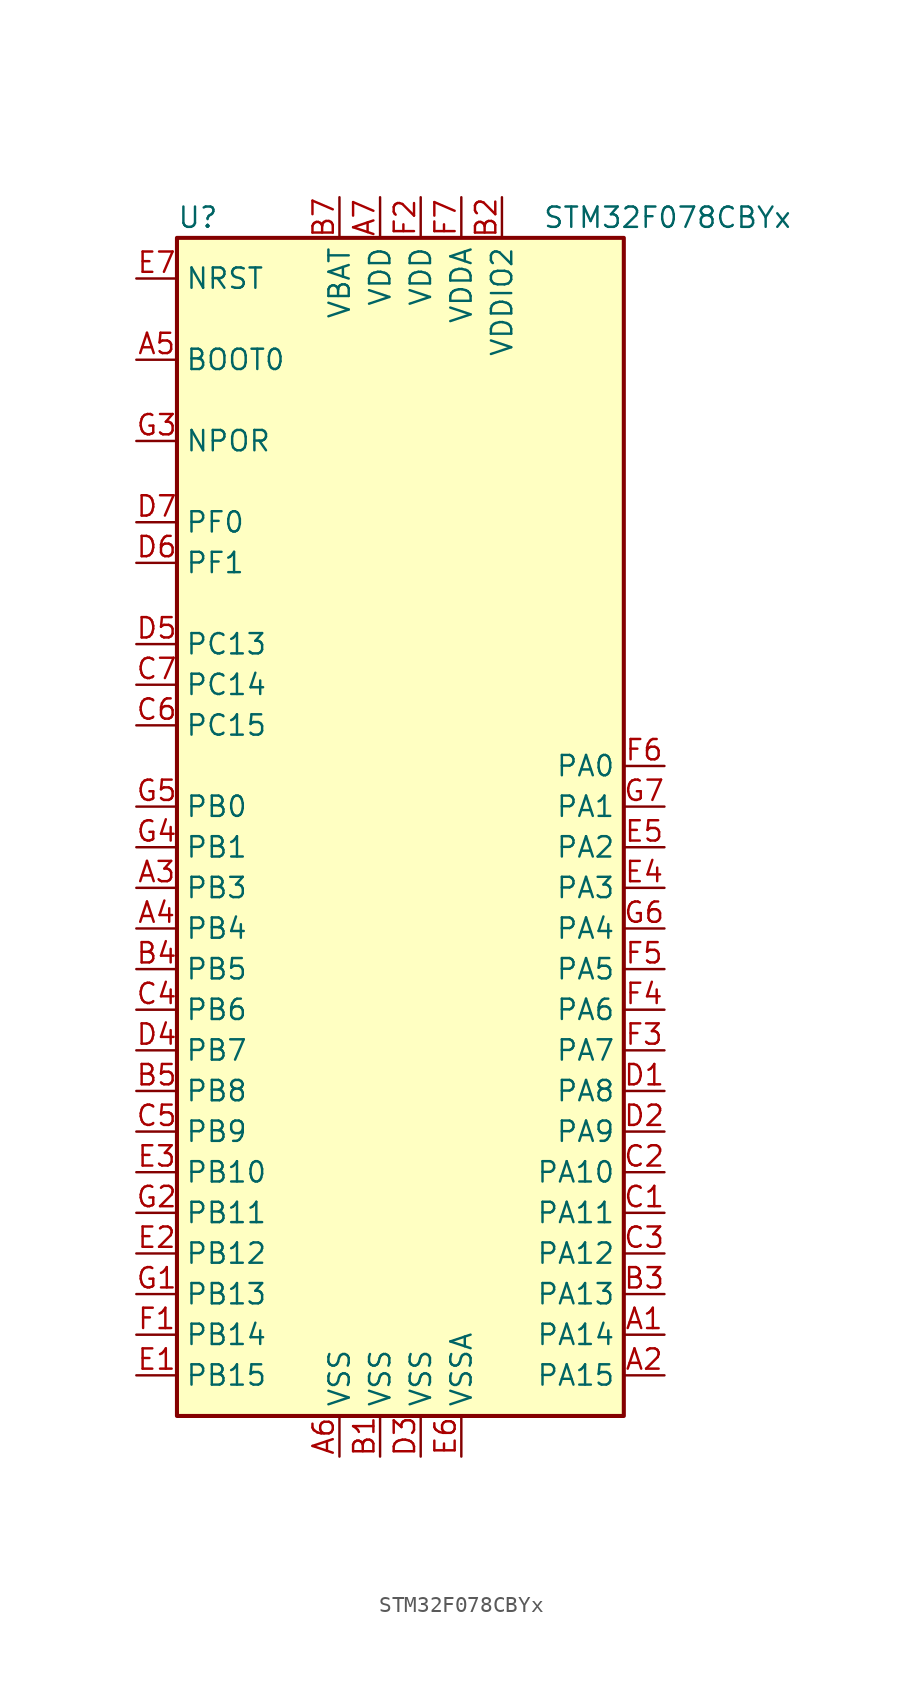
<source format=kicad_sym>
(kicad_symbol_lib
  (version 20201005)
  (generator kicad_symbol_editor)
  (symbol "STM32F078CBYx"
    (property "Reference" "U"
      (at -15.24 36.83 0)
      (effects (font (size 1.27 1.27)) (justify left)))
    (property "Value" "STM32F078CBYx"
      (at 7.62 36.83 0)
      (effects (font (size 1.27 1.27)) (justify left)))
    (symbol "STM32F078CBYx_0_1"
      (rectangle (start -15.24 -38.1) (end 12.7 35.56) (stroke (width 0.254)) (fill (type background))))
    (symbol "STM32F078CBYx_1_1"
      (pin input line (at -17.78 27.94 0) (length 2.54) (name "BOOT0" (effects (font (size 1.27 1.27)))) (number "A5" (effects (font (size 1.27 1.27)))))
      (pin no_connect line (at -15.24 -35.56 0) (length 2.54) hide (name "NC" (effects (font (size 1.27 1.27)))) (number "B6" (effects (font (size 1.27 1.27)))))
      (pin power_in line (at -17.78 22.86 0) (length 2.54) (name "NPOR" (effects (font (size 1.27 1.27)))) (number "G3" (effects (font (size 1.27 1.27)))))
      (pin input line (at -17.78 33.02 0) (length 2.54) (name "NRST" (effects (font (size 1.27 1.27)))) (number "E7" (effects (font (size 1.27 1.27)))))
      (pin bidirectional line (at 15.24 2.54 180) (length 2.54) (name "PA0" (effects (font (size 1.27 1.27)))) (number "F6" (effects (font (size 1.27 1.27)))))
      (pin bidirectional line (at 15.24 0 180) (length 2.54) (name "PA1" (effects (font (size 1.27 1.27)))) (number "G7" (effects (font (size 1.27 1.27)))))
      (pin bidirectional line (at 15.24 -22.86 180) (length 2.54) (name "PA10" (effects (font (size 1.27 1.27)))) (number "C2" (effects (font (size 1.27 1.27)))))
      (pin bidirectional line (at 15.24 -25.4 180) (length 2.54) (name "PA11" (effects (font (size 1.27 1.27)))) (number "C1" (effects (font (size 1.27 1.27)))))
      (pin bidirectional line (at 15.24 -27.94 180) (length 2.54) (name "PA12" (effects (font (size 1.27 1.27)))) (number "C3" (effects (font (size 1.27 1.27)))))
      (pin bidirectional line (at 15.24 -30.48 180) (length 2.54) (name "PA13" (effects (font (size 1.27 1.27)))) (number "B3" (effects (font (size 1.27 1.27)))))
      (pin bidirectional line (at 15.24 -33.02 180) (length 2.54) (name "PA14" (effects (font (size 1.27 1.27)))) (number "A1" (effects (font (size 1.27 1.27)))))
      (pin bidirectional line (at 15.24 -35.56 180) (length 2.54) (name "PA15" (effects (font (size 1.27 1.27)))) (number "A2" (effects (font (size 1.27 1.27)))))
      (pin bidirectional line (at 15.24 -2.54 180) (length 2.54) (name "PA2" (effects (font (size 1.27 1.27)))) (number "E5" (effects (font (size 1.27 1.27)))))
      (pin bidirectional line (at 15.24 -5.08 180) (length 2.54) (name "PA3" (effects (font (size 1.27 1.27)))) (number "E4" (effects (font (size 1.27 1.27)))))
      (pin bidirectional line (at 15.24 -7.62 180) (length 2.54) (name "PA4" (effects (font (size 1.27 1.27)))) (number "G6" (effects (font (size 1.27 1.27)))))
      (pin bidirectional line (at 15.24 -10.16 180) (length 2.54) (name "PA5" (effects (font (size 1.27 1.27)))) (number "F5" (effects (font (size 1.27 1.27)))))
      (pin bidirectional line (at 15.24 -12.7 180) (length 2.54) (name "PA6" (effects (font (size 1.27 1.27)))) (number "F4" (effects (font (size 1.27 1.27)))))
      (pin bidirectional line (at 15.24 -15.24 180) (length 2.54) (name "PA7" (effects (font (size 1.27 1.27)))) (number "F3" (effects (font (size 1.27 1.27)))))
      (pin bidirectional line (at 15.24 -17.78 180) (length 2.54) (name "PA8" (effects (font (size 1.27 1.27)))) (number "D1" (effects (font (size 1.27 1.27)))))
      (pin bidirectional line (at 15.24 -20.32 180) (length 2.54) (name "PA9" (effects (font (size 1.27 1.27)))) (number "D2" (effects (font (size 1.27 1.27)))))
      (pin bidirectional line (at -17.78 0 0) (length 2.54) (name "PB0" (effects (font (size 1.27 1.27)))) (number "G5" (effects (font (size 1.27 1.27)))))
      (pin bidirectional line (at -17.78 -2.54 0) (length 2.54) (name "PB1" (effects (font (size 1.27 1.27)))) (number "G4" (effects (font (size 1.27 1.27)))))
      (pin bidirectional line (at -17.78 -22.86 0) (length 2.54) (name "PB10" (effects (font (size 1.27 1.27)))) (number "E3" (effects (font (size 1.27 1.27)))))
      (pin bidirectional line (at -17.78 -25.4 0) (length 2.54) (name "PB11" (effects (font (size 1.27 1.27)))) (number "G2" (effects (font (size 1.27 1.27)))))
      (pin bidirectional line (at -17.78 -27.94 0) (length 2.54) (name "PB12" (effects (font (size 1.27 1.27)))) (number "E2" (effects (font (size 1.27 1.27)))))
      (pin bidirectional line (at -17.78 -30.48 0) (length 2.54) (name "PB13" (effects (font (size 1.27 1.27)))) (number "G1" (effects (font (size 1.27 1.27)))))
      (pin bidirectional line (at -17.78 -33.02 0) (length 2.54) (name "PB14" (effects (font (size 1.27 1.27)))) (number "F1" (effects (font (size 1.27 1.27)))))
      (pin bidirectional line (at -17.78 -35.56 0) (length 2.54) (name "PB15" (effects (font (size 1.27 1.27)))) (number "E1" (effects (font (size 1.27 1.27)))))
      (pin bidirectional line (at -17.78 -5.08 0) (length 2.54) (name "PB3" (effects (font (size 1.27 1.27)))) (number "A3" (effects (font (size 1.27 1.27)))))
      (pin bidirectional line (at -17.78 -7.62 0) (length 2.54) (name "PB4" (effects (font (size 1.27 1.27)))) (number "A4" (effects (font (size 1.27 1.27)))))
      (pin bidirectional line (at -17.78 -10.16 0) (length 2.54) (name "PB5" (effects (font (size 1.27 1.27)))) (number "B4" (effects (font (size 1.27 1.27)))))
      (pin bidirectional line (at -17.78 -12.7 0) (length 2.54) (name "PB6" (effects (font (size 1.27 1.27)))) (number "C4" (effects (font (size 1.27 1.27)))))
      (pin bidirectional line (at -17.78 -15.24 0) (length 2.54) (name "PB7" (effects (font (size 1.27 1.27)))) (number "D4" (effects (font (size 1.27 1.27)))))
      (pin bidirectional line (at -17.78 -17.78 0) (length 2.54) (name "PB8" (effects (font (size 1.27 1.27)))) (number "B5" (effects (font (size 1.27 1.27)))))
      (pin bidirectional line (at -17.78 -20.32 0) (length 2.54) (name "PB9" (effects (font (size 1.27 1.27)))) (number "C5" (effects (font (size 1.27 1.27)))))
      (pin bidirectional line (at -17.78 10.16 0) (length 2.54) (name "PC13" (effects (font (size 1.27 1.27)))) (number "D5" (effects (font (size 1.27 1.27)))))
      (pin bidirectional line (at -17.78 7.62 0) (length 2.54) (name "PC14" (effects (font (size 1.27 1.27)))) (number "C7" (effects (font (size 1.27 1.27)))))
      (pin bidirectional line (at -17.78 5.08 0) (length 2.54) (name "PC15" (effects (font (size 1.27 1.27)))) (number "C6" (effects (font (size 1.27 1.27)))))
      (pin input line (at -17.78 17.78 0) (length 2.54) (name "PF0" (effects (font (size 1.27 1.27)))) (number "D7" (effects (font (size 1.27 1.27)))))
      (pin input line (at -17.78 15.24 0) (length 2.54) (name "PF1" (effects (font (size 1.27 1.27)))) (number "D6" (effects (font (size 1.27 1.27)))))
      (pin power_in line (at -5.08 38.1 270) (length 2.54) (name "VBAT" (effects (font (size 1.27 1.27)))) (number "B7" (effects (font (size 1.27 1.27)))))
      (pin power_in line (at -2.54 38.1 270) (length 2.54) (name "VDD" (effects (font (size 1.27 1.27)))) (number "A7" (effects (font (size 1.27 1.27)))))
      (pin power_in line (at 0 38.1 270) (length 2.54) (name "VDD" (effects (font (size 1.27 1.27)))) (number "F2" (effects (font (size 1.27 1.27)))))
      (pin power_in line (at 2.54 38.1 270) (length 2.54) (name "VDDA" (effects (font (size 1.27 1.27)))) (number "F7" (effects (font (size 1.27 1.27)))))
      (pin power_in line (at 5.08 38.1 270) (length 2.54) (name "VDDIO2" (effects (font (size 1.27 1.27)))) (number "B2" (effects (font (size 1.27 1.27)))))
      (pin power_in line (at -5.08 -40.64 90) (length 2.54) (name "VSS" (effects (font (size 1.27 1.27)))) (number "A6" (effects (font (size 1.27 1.27)))))
      (pin power_in line (at -2.54 -40.64 90) (length 2.54) (name "VSS" (effects (font (size 1.27 1.27)))) (number "B1" (effects (font (size 1.27 1.27)))))
      (pin power_in line (at 0 -40.64 90) (length 2.54) (name "VSS" (effects (font (size 1.27 1.27)))) (number "D3" (effects (font (size 1.27 1.27)))))
      (pin power_in line (at 2.54 -40.64 90) (length 2.54) (name "VSSA" (effects (font (size 1.27 1.27)))) (number "E6" (effects (font (size 1.27 1.27))))))))
</source>
